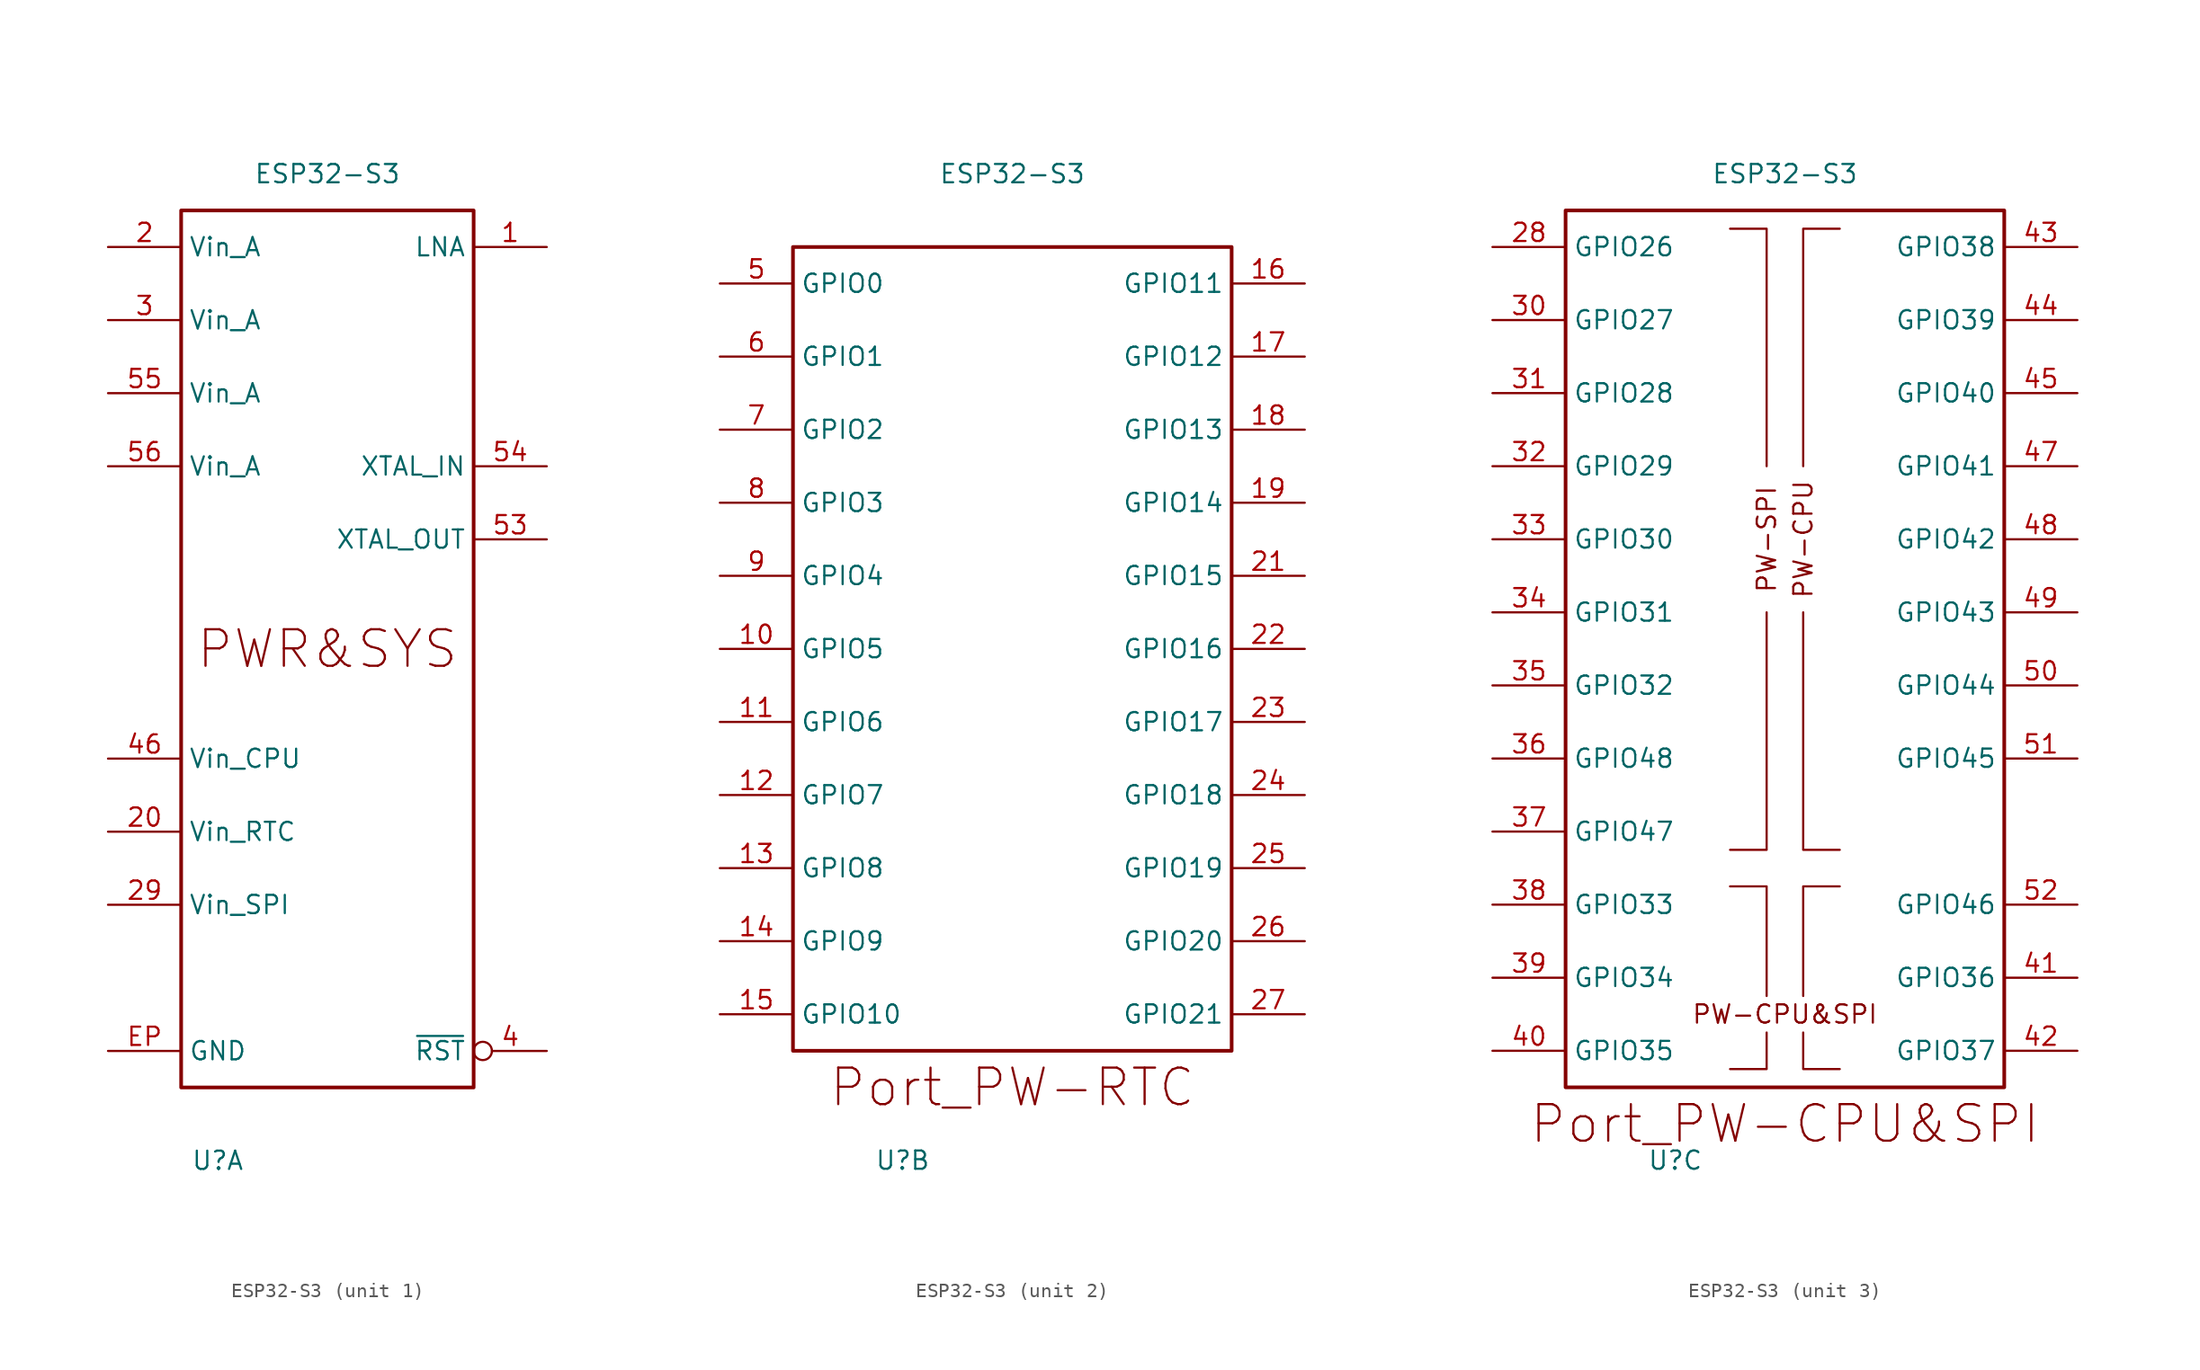
<source format=kicad_sym>
(kicad_symbol_lib
  (version 20211014)
  (generator kicad_symbol_editor)
  (symbol "ESP32-S3"
    (property "Reference" "U"
      (at -7.62 -35.56 0)
      (effects (font (size 1.27 1.27))))
    (property "Value" "ESP32-S3"
      (at 0 33.02 0)
      (effects (font (size 1.27 1.27))))
    (property "ki_locked" ""
      (at 0 0 0)
      (effects (font (size 1.27 1.27))))
    (symbol "ESP32-S3_1_0"
      (text "PWR&SYS" (at 0 0 0) (effects (font (size 2.54 2.54)))))
    (symbol "ESP32-S3_1_1"
      (rectangle (start -10.16 30.48) (end 10.16 -30.48) (stroke (width 0.254) (type default) (color 0 0 0 0)) (fill (type none)))
      (pin bidirectional line (at 15.24 27.94 180) (length 5.08) (name "LNA" (effects (font (size 1.27 1.27)))) (number "1" (effects (font (size 1.27 1.27)))))
      (pin power_in line (at -15.24 27.94 0) (length 5.08) (name "Vin_A" (effects (font (size 1.27 1.27)))) (number "2" (effects (font (size 1.27 1.27)))))
      (pin power_in line (at -15.24 -12.7 0) (length 5.08) (name "Vin_RTC" (effects (font (size 1.27 1.27)))) (number "20" (effects (font (size 1.27 1.27)))))
      (pin power_out line (at -15.24 -17.78 0) (length 5.08) (name "Vin_SPI" (effects (font (size 1.27 1.27)))) (number "29" (effects (font (size 1.27 1.27)))))
      (pin power_in line (at -15.24 22.86 0) (length 5.08) (name "Vin_A" (effects (font (size 1.27 1.27)))) (number "3" (effects (font (size 1.27 1.27)))))
      (pin input inverted (at 15.24 -27.94 180) (length 5.08) (name "~{RST}" (effects (font (size 1.27 1.27)))) (number "4" (effects (font (size 1.27 1.27)))))
      (pin power_in line (at -15.24 -7.62 0) (length 5.08) (name "Vin_CPU" (effects (font (size 1.27 1.27)))) (number "46" (effects (font (size 1.27 1.27)))))
      (pin output line (at 15.24 7.62 180) (length 5.08) (name "XTAL_OUT" (effects (font (size 1.27 1.27)))) (number "53" (effects (font (size 1.27 1.27)))))
      (pin input line (at 15.24 12.7 180) (length 5.08) (name "XTAL_IN" (effects (font (size 1.27 1.27)))) (number "54" (effects (font (size 1.27 1.27)))))
      (pin power_in line (at -15.24 17.78 0) (length 5.08) (name "Vin_A" (effects (font (size 1.27 1.27)))) (number "55" (effects (font (size 1.27 1.27)))))
      (pin power_in line (at -15.24 12.7 0) (length 5.08) (name "Vin_A" (effects (font (size 1.27 1.27)))) (number "56" (effects (font (size 1.27 1.27)))))
      (pin power_in line (at -15.24 -27.94 0) (length 5.08) (name "GND" (effects (font (size 1.27 1.27)))) (number "EP" (effects (font (size 1.27 1.27))))))
    (symbol "ESP32-S3_2_0"
      (rectangle (start -15.24 27.94) (end 15.24 -27.94) (stroke (width 0.254) (type default) (color 0 0 0 0)) (fill (type none)))
      (text "Port_PW-RTC" (at 0 -30.48 0) (effects (font (size 2.54 2.54)))))
    (symbol "ESP32-S3_2_1"
      (pin bidirectional line (at -20.32 0 0) (length 5.08) (name "GPIO5" (effects (font (size 1.27 1.27)))) (number "10" (effects (font (size 1.27 1.27)))))
      (pin bidirectional line (at -20.32 -5.08 0) (length 5.08) (name "GPIO6" (effects (font (size 1.27 1.27)))) (number "11" (effects (font (size 1.27 1.27)))))
      (pin bidirectional line (at -20.32 -10.16 0) (length 5.08) (name "GPIO7" (effects (font (size 1.27 1.27)))) (number "12" (effects (font (size 1.27 1.27)))))
      (pin bidirectional line (at -20.32 -15.24 0) (length 5.08) (name "GPIO8" (effects (font (size 1.27 1.27)))) (number "13" (effects (font (size 1.27 1.27)))))
      (pin bidirectional line (at -20.32 -20.32 0) (length 5.08) (name "GPIO9" (effects (font (size 1.27 1.27)))) (number "14" (effects (font (size 1.27 1.27)))))
      (pin bidirectional line (at -20.32 -25.4 0) (length 5.08) (name "GPIO10" (effects (font (size 1.27 1.27)))) (number "15" (effects (font (size 1.27 1.27)))))
      (pin bidirectional line (at 20.32 25.4 180) (length 5.08) (name "GPIO11" (effects (font (size 1.27 1.27)))) (number "16" (effects (font (size 1.27 1.27)))))
      (pin bidirectional line (at 20.32 20.32 180) (length 5.08) (name "GPIO12" (effects (font (size 1.27 1.27)))) (number "17" (effects (font (size 1.27 1.27)))))
      (pin bidirectional line (at 20.32 15.24 180) (length 5.08) (name "GPIO13" (effects (font (size 1.27 1.27)))) (number "18" (effects (font (size 1.27 1.27)))))
      (pin bidirectional line (at 20.32 10.16 180) (length 5.08) (name "GPIO14" (effects (font (size 1.27 1.27)))) (number "19" (effects (font (size 1.27 1.27)))))
      (pin bidirectional line (at 20.32 5.08 180) (length 5.08) (name "GPIO15" (effects (font (size 1.27 1.27)))) (number "21" (effects (font (size 1.27 1.27)))))
      (pin bidirectional line (at 20.32 0 180) (length 5.08) (name "GPIO16" (effects (font (size 1.27 1.27)))) (number "22" (effects (font (size 1.27 1.27)))))
      (pin bidirectional line (at 20.32 -5.08 180) (length 5.08) (name "GPIO17" (effects (font (size 1.27 1.27)))) (number "23" (effects (font (size 1.27 1.27)))))
      (pin bidirectional line (at 20.32 -10.16 180) (length 5.08) (name "GPIO18" (effects (font (size 1.27 1.27)))) (number "24" (effects (font (size 1.27 1.27)))))
      (pin bidirectional line (at 20.32 -15.24 180) (length 5.08) (name "GPIO19" (effects (font (size 1.27 1.27)))) (number "25" (effects (font (size 1.27 1.27)))))
      (pin bidirectional line (at 20.32 -20.32 180) (length 5.08) (name "GPIO20" (effects (font (size 1.27 1.27)))) (number "26" (effects (font (size 1.27 1.27)))))
      (pin bidirectional line (at 20.32 -25.4 180) (length 5.08) (name "GPIO21" (effects (font (size 1.27 1.27)))) (number "27" (effects (font (size 1.27 1.27)))))
      (pin bidirectional line (at -20.32 25.4 0) (length 5.08) (name "GPIO0" (effects (font (size 1.27 1.27)))) (number "5" (effects (font (size 1.27 1.27)))))
      (pin bidirectional line (at -20.32 20.32 0) (length 5.08) (name "GPIO1" (effects (font (size 1.27 1.27)))) (number "6" (effects (font (size 1.27 1.27)))) (alternate "ADC1_CH0" input line) (alternate "TOUCH1" input line))
      (pin bidirectional line (at -20.32 15.24 0) (length 5.08) (name "GPIO2" (effects (font (size 1.27 1.27)))) (number "7" (effects (font (size 1.27 1.27)))) (alternate "ADC_CH1" input line) (alternate "TOUCH2" input line))
      (pin bidirectional line (at -20.32 10.16 0) (length 5.08) (name "GPIO3" (effects (font (size 1.27 1.27)))) (number "8" (effects (font (size 1.27 1.27)))) (alternate "ADC_CH2" input line) (alternate "TOUCH3" input line))
      (pin bidirectional line (at -20.32 5.08 0) (length 5.08) (name "GPIO4" (effects (font (size 1.27 1.27)))) (number "9" (effects (font (size 1.27 1.27))))))
    (symbol "ESP32-S3_3_0"
      (rectangle (start -15.24 30.48) (end 15.24 -30.48) (stroke (width 0.254) (type default) (color 0 0 0 0)) (fill (type none)))
      (polyline (pts (xy -3.81 -16.51) (xy -1.27 -16.51) (xy -1.27 -24.13)) (stroke (width 0) (type default) (color 0 0 0 0)) (fill (type none)))
      (polyline (pts (xy -1.27 -26.67) (xy -1.27 -29.21) (xy -3.81 -29.21)) (stroke (width 0) (type default) (color 0 0 0 0)) (fill (type none)))
      (polyline (pts (xy -1.27 2.54) (xy -1.27 -13.97) (xy -3.81 -13.97)) (stroke (width 0) (type default) (color 0 0 0 0)) (fill (type none)))
      (polyline (pts (xy -1.27 12.7) (xy -1.27 29.21) (xy -3.81 29.21)) (stroke (width 0) (type default) (color 0 0 0 0)) (fill (type none)))
      (polyline (pts (xy 1.27 -26.67) (xy 1.27 -29.21) (xy 3.81 -29.21)) (stroke (width 0) (type default) (color 0 0 0 0)) (fill (type none)))
      (polyline (pts (xy 1.27 2.54) (xy 1.27 -13.97) (xy 3.81 -13.97)) (stroke (width 0) (type default) (color 0 0 0 0)) (fill (type none)))
      (polyline (pts (xy 3.81 -16.51) (xy 1.27 -16.51) (xy 1.27 -24.13)) (stroke (width 0) (type default) (color 0 0 0 0)) (fill (type none)))
      (polyline (pts (xy 3.81 29.21) (xy 1.27 29.21) (xy 1.27 12.7)) (stroke (width 0) (type default) (color 0 0 0 0)) (fill (type none)))
      (text "Port_PW-CPU&SPI" (at 0 -33.02 0) (effects (font (size 2.54 2.54))))
      (text "PW-CPU" (at 1.27 7.62 900) (effects (font (size 1.27 1.27))))
      (text "PW-CPU&SPI" (at 0 -25.4 0) (effects (font (size 1.27 1.27))))
      (text "PW-SPI" (at -1.27 7.62 900) (effects (font (size 1.27 1.27)))))
    (symbol "ESP32-S3_3_1"
      (pin bidirectional line (at -20.32 27.94 0) (length 5.08) (name "GPIO26" (effects (font (size 1.27 1.27)))) (number "28" (effects (font (size 1.27 1.27)))))
      (pin bidirectional line (at -20.32 22.86 0) (length 5.08) (name "GPIO27" (effects (font (size 1.27 1.27)))) (number "30" (effects (font (size 1.27 1.27)))))
      (pin bidirectional line (at -20.32 17.78 0) (length 5.08) (name "GPIO28" (effects (font (size 1.27 1.27)))) (number "31" (effects (font (size 1.27 1.27)))))
      (pin bidirectional line (at -20.32 12.7 0) (length 5.08) (name "GPIO29" (effects (font (size 1.27 1.27)))) (number "32" (effects (font (size 1.27 1.27)))))
      (pin bidirectional line (at -20.32 7.62 0) (length 5.08) (name "GPIO30" (effects (font (size 1.27 1.27)))) (number "33" (effects (font (size 1.27 1.27)))))
      (pin bidirectional line (at -20.32 2.54 0) (length 5.08) (name "GPIO31" (effects (font (size 1.27 1.27)))) (number "34" (effects (font (size 1.27 1.27)))))
      (pin bidirectional line (at -20.32 -2.54 0) (length 5.08) (name "GPIO32" (effects (font (size 1.27 1.27)))) (number "35" (effects (font (size 1.27 1.27)))))
      (pin bidirectional line (at -20.32 -7.62 0) (length 5.08) (name "GPIO48" (effects (font (size 1.27 1.27)))) (number "36" (effects (font (size 1.27 1.27)))))
      (pin bidirectional line (at -20.32 -12.7 0) (length 5.08) (name "GPIO47" (effects (font (size 1.27 1.27)))) (number "37" (effects (font (size 1.27 1.27)))))
      (pin bidirectional line (at -20.32 -17.78 0) (length 5.08) (name "GPIO33" (effects (font (size 1.27 1.27)))) (number "38" (effects (font (size 1.27 1.27)))))
      (pin bidirectional line (at -20.32 -22.86 0) (length 5.08) (name "GPIO34" (effects (font (size 1.27 1.27)))) (number "39" (effects (font (size 1.27 1.27)))))
      (pin bidirectional line (at -20.32 -27.94 0) (length 5.08) (name "GPIO35" (effects (font (size 1.27 1.27)))) (number "40" (effects (font (size 1.27 1.27)))))
      (pin bidirectional line (at 20.32 -22.86 180) (length 5.08) (name "GPIO36" (effects (font (size 1.27 1.27)))) (number "41" (effects (font (size 1.27 1.27)))))
      (pin bidirectional line (at 20.32 -27.94 180) (length 5.08) (name "GPIO37" (effects (font (size 1.27 1.27)))) (number "42" (effects (font (size 1.27 1.27)))))
      (pin bidirectional line (at 20.32 27.94 180) (length 5.08) (name "GPIO38" (effects (font (size 1.27 1.27)))) (number "43" (effects (font (size 1.27 1.27)))))
      (pin bidirectional line (at 20.32 22.86 180) (length 5.08) (name "GPIO39" (effects (font (size 1.27 1.27)))) (number "44" (effects (font (size 1.27 1.27)))))
      (pin bidirectional line (at 20.32 17.78 180) (length 5.08) (name "GPIO40" (effects (font (size 1.27 1.27)))) (number "45" (effects (font (size 1.27 1.27)))))
      (pin bidirectional line (at 20.32 12.7 180) (length 5.08) (name "GPIO41" (effects (font (size 1.27 1.27)))) (number "47" (effects (font (size 1.27 1.27)))))
      (pin bidirectional line (at 20.32 7.62 180) (length 5.08) (name "GPIO42" (effects (font (size 1.27 1.27)))) (number "48" (effects (font (size 1.27 1.27)))))
      (pin bidirectional line (at 20.32 2.54 180) (length 5.08) (name "GPIO43" (effects (font (size 1.27 1.27)))) (number "49" (effects (font (size 1.27 1.27)))))
      (pin bidirectional line (at 20.32 -2.54 180) (length 5.08) (name "GPIO44" (effects (font (size 1.27 1.27)))) (number "50" (effects (font (size 1.27 1.27)))))
      (pin bidirectional line (at 20.32 -7.62 180) (length 5.08) (name "GPIO45" (effects (font (size 1.27 1.27)))) (number "51" (effects (font (size 1.27 1.27)))))
      (pin bidirectional line (at 20.32 -17.78 180) (length 5.08) (name "GPIO46" (effects (font (size 1.27 1.27)))) (number "52" (effects (font (size 1.27 1.27))))))))
</source>
